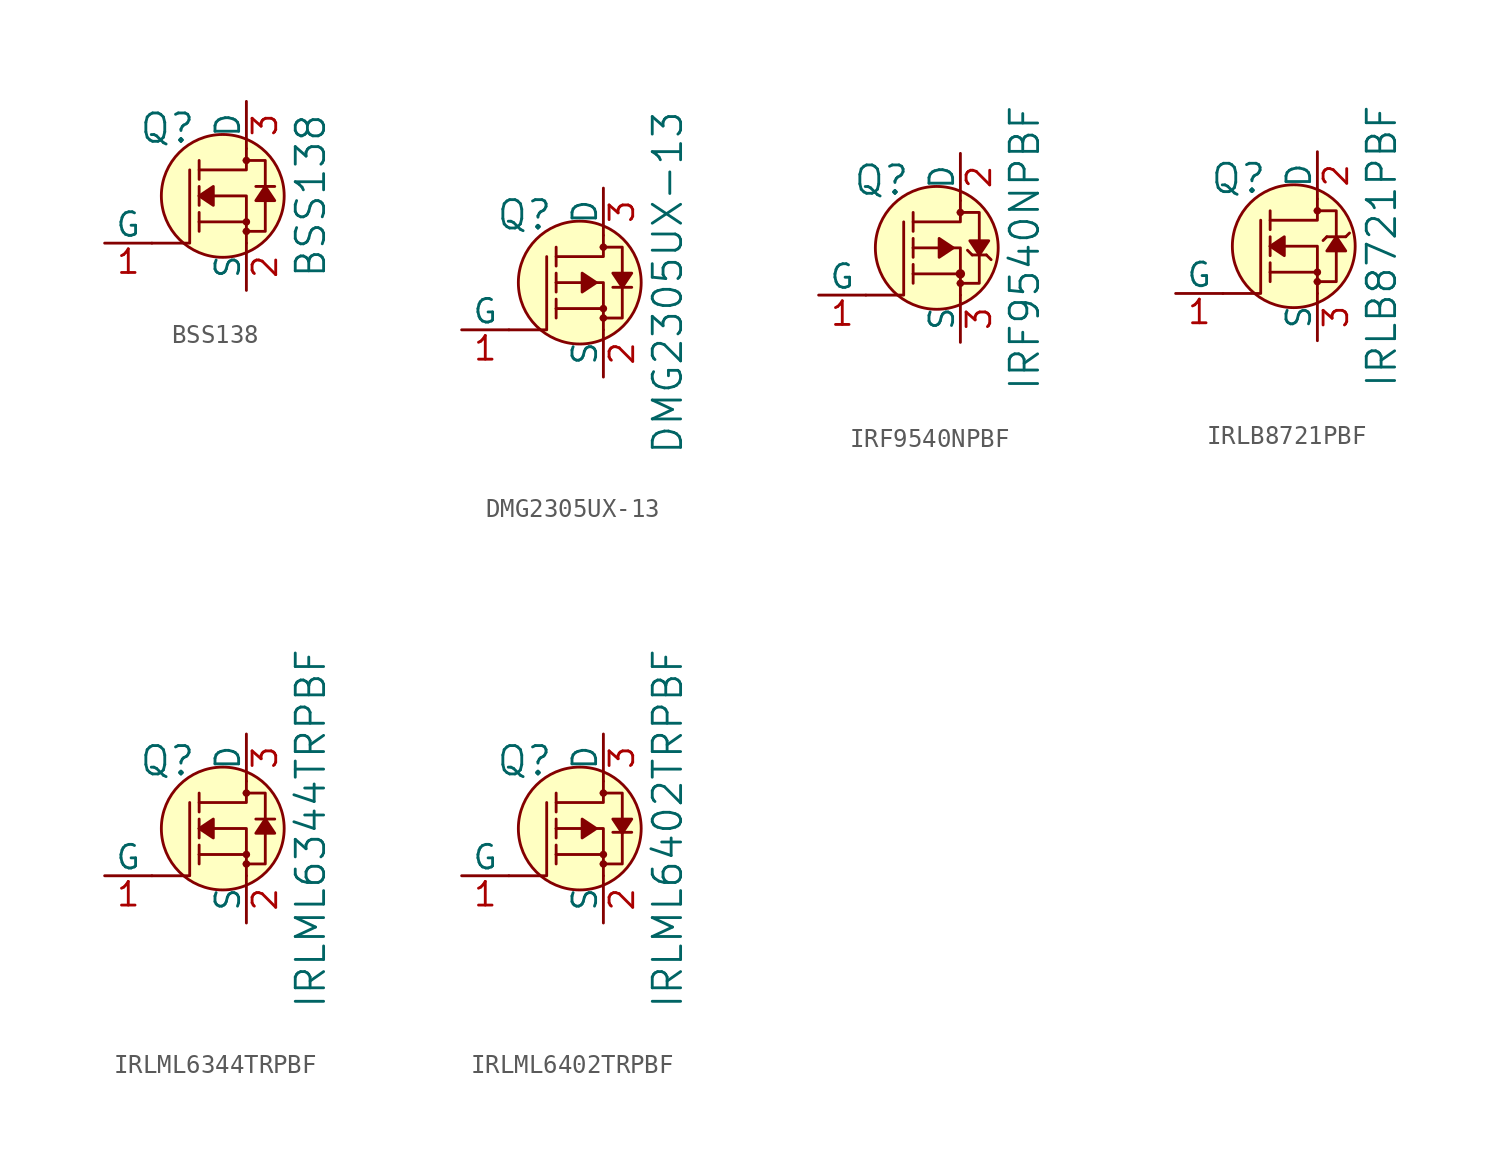
<source format=kicad_sym>
(kicad_symbol_lib
  (version 20220914)
  (generator kicad_symbol_editor)
  (symbol "BSS138"
    (pin_names
      (offset 0))
    (property "Reference" "Q"
      (at -2.692 3.632 0)
      (effects (font (size 1.524 1.524)) (justify right)))
    (property "Value" "BSS138"
      (at 3.454 0 90)
      (effects (font (size 1.524 1.524))))
    (symbol "BSS138_0_1"
      (circle (center -1.27 0) (radius 3.302) (stroke (width 0) (type solid)) (fill (type background)))
      (circle (center 0 -1.905) (radius 0.127) (stroke (width 0) (type solid)) (fill (type none)))
      (circle (center 0 -1.397) (radius 0.127) (stroke (width 0) (type solid)) (fill (type none)))
      (polyline (pts (xy 0 -1.397) (xy -2.54 -1.397)) (stroke (width 0) (type solid)) (fill (type none)))
      (polyline (pts (xy -5.08 -2.54) (xy -3.048 -2.54) (xy -3.048 1.397)) (stroke (width 0) (type solid)) (fill (type none)))
      (polyline (pts (xy 0 -2.54) (xy 0 0) (xy -2.54 0)) (stroke (width 0) (type solid)) (fill (type none)))
      (polyline (pts (xy 0 2.54) (xy 0 1.397) (xy -2.54 1.397)) (stroke (width 0) (type solid)) (fill (type none)))
      (polyline (pts (xy -0.127 -1.905) (xy 1.016 -1.905) (xy 1.016 1.397) (xy 1.016 1.905) (xy -0.127 1.905)) (stroke (width 0) (type solid)) (fill (type none)))
      (circle (center 0 1.905) (radius 0.127) (stroke (width 0) (type solid)) (fill (type none))))
    (symbol "BSS138_1_1"
      (polyline (pts (xy -2.54 -1.397) (xy -2.54 -1.905)) (stroke (width 0) (type solid)) (fill (type none)))
      (polyline (pts (xy -2.54 -1.397) (xy -2.54 -0.889)) (stroke (width 0) (type solid)) (fill (type none)))
      (polyline (pts (xy -2.54 0) (xy -2.54 -0.508)) (stroke (width 0) (type solid)) (fill (type none)))
      (polyline (pts (xy -2.54 0) (xy -2.54 0.508)) (stroke (width 0) (type solid)) (fill (type none)))
      (polyline (pts (xy -2.54 1.905) (xy -2.54 0.889)) (stroke (width 0) (type solid)) (fill (type none)))
      (polyline (pts (xy 1.524 0.508) (xy 0.508 0.508)) (stroke (width 0) (type solid)) (fill (type none)))
      (polyline (pts (xy -2.54 0) (xy -1.778 0.508) (xy -1.778 -0.508) (xy -2.54 0)) (stroke (width 0) (type solid)) (fill (type outline)))
      (polyline (pts (xy 1.016 0.508) (xy 0.508 -0.254) (xy 1.524 -0.254) (xy 1.016 0.508)) (stroke (width 0) (type solid)) (fill (type outline)))
      (pin bidirectional line (at -7.62 -2.54 0) (length 2.54) (name "G" (effects (font (size 1.27 1.27)))) (number "1" (effects (font (size 1.27 1.27)))))
      (pin bidirectional line (at 0 -5.08 90) (length 2.54) (name "S" (effects (font (size 1.27 1.27)))) (number "2" (effects (font (size 1.27 1.27)))))
      (pin bidirectional line (at 0 5.08 270) (length 2.54) (name "D" (effects (font (size 1.27 1.27)))) (number "3" (effects (font (size 1.27 1.27)))))))
  (symbol "DMG2305UX-13"
    (pin_names
      (offset 0))
    (property "Reference" "Q"
      (at -2.692 3.632 0)
      (effects (font (size 1.524 1.524)) (justify right)))
    (property "Value" "DMG2305UX-13"
      (at 3.454 0 90)
      (effects (font (size 1.524 1.524))))
    (symbol "DMG2305UX-13_0_1"
      (circle (center -1.27 0) (radius 3.302) (stroke (width 0) (type solid)) (fill (type background)))
      (circle (center 0 -1.905) (radius 0.127) (stroke (width 0) (type solid)) (fill (type none)))
      (circle (center 0 -1.397) (radius 0.127) (stroke (width 0) (type solid)) (fill (type none)))
      (polyline (pts (xy 0 -1.397) (xy -2.54 -1.397)) (stroke (width 0) (type solid)) (fill (type none)))
      (polyline (pts (xy -5.08 -2.54) (xy -3.048 -2.54) (xy -3.048 1.397)) (stroke (width 0) (type solid)) (fill (type none)))
      (polyline (pts (xy 0 -2.54) (xy 0 0) (xy -2.54 0)) (stroke (width 0) (type solid)) (fill (type none)))
      (polyline (pts (xy 0 2.54) (xy 0 1.397) (xy -2.54 1.397)) (stroke (width 0) (type solid)) (fill (type none)))
      (polyline (pts (xy -0.127 -1.905) (xy 1.016 -1.905) (xy 1.016 1.397) (xy 1.016 1.905) (xy -0.127 1.905)) (stroke (width 0) (type solid)) (fill (type none)))
      (circle (center 0 1.905) (radius 0.127) (stroke (width 0) (type solid)) (fill (type none))))
    (symbol "DMG2305UX-13_1_1"
      (polyline (pts (xy -2.54 -1.397) (xy -2.54 -1.905)) (stroke (width 0) (type solid)) (fill (type none)))
      (polyline (pts (xy -2.54 -1.397) (xy -2.54 -0.889)) (stroke (width 0) (type solid)) (fill (type none)))
      (polyline (pts (xy -2.54 0) (xy -2.54 -0.508)) (stroke (width 0) (type solid)) (fill (type none)))
      (polyline (pts (xy -2.54 0) (xy -2.54 0.508)) (stroke (width 0) (type solid)) (fill (type none)))
      (polyline (pts (xy -2.54 1.905) (xy -2.54 0.889)) (stroke (width 0) (type solid)) (fill (type none)))
      (polyline (pts (xy 1.524 -0.254) (xy 0.508 -0.254)) (stroke (width 0) (type solid)) (fill (type none)))
      (polyline (pts (xy -0.381 0) (xy -1.143 0.508) (xy -1.143 -0.508) (xy -0.381 0)) (stroke (width 0) (type solid)) (fill (type outline)))
      (polyline (pts (xy 1.016 -0.254) (xy 1.524 0.508) (xy 0.508 0.508) (xy 1.016 -0.254)) (stroke (width 0) (type solid)) (fill (type outline)))
      (pin input line (at -7.62 -2.54 0) (length 2.54) (name "G" (effects (font (size 1.27 1.27)))) (number "1" (effects (font (size 1.27 1.27)))))
      (pin power_in line (at 0 -5.08 90) (length 2.54) (name "S" (effects (font (size 1.27 1.27)))) (number "2" (effects (font (size 1.27 1.27)))))
      (pin power_out line (at 0 5.08 270) (length 2.54) (name "D" (effects (font (size 1.27 1.27)))) (number "3" (effects (font (size 1.27 1.27)))))))
  (symbol "IRF9540NPBF"
    (pin_names
      (offset 0))
    (property "Reference" "Q"
      (at -2.692 3.632 0)
      (effects (font (size 1.524 1.524)) (justify right)))
    (property "Value" "IRF9540NPBF"
      (at 3.454 0 90)
      (effects (font (size 1.524 1.524))))
    (symbol "IRF9540NPBF_0_1"
      (circle (center -1.27 0) (radius 3.302) (stroke (width 0) (type solid)) (fill (type background)))
      (circle (center 0 -1.905) (radius 0.127) (stroke (width 0) (type solid)) (fill (type none)))
      (circle (center 0 -1.397) (radius 0.178) (stroke (width 0) (type solid)) (fill (type outline)))
      (polyline (pts (xy 0 -1.397) (xy -2.54 -1.397)) (stroke (width 0) (type solid)) (fill (type none)))
      (polyline (pts (xy 0.635 -0.381) (xy 0.381 -0.127)) (stroke (width 0) (type solid)) (fill (type none)))
      (polyline (pts (xy 1.397 -0.381) (xy 1.651 -0.635)) (stroke (width 0) (type solid)) (fill (type none)))
      (polyline (pts (xy -5.08 -2.54) (xy -3.048 -2.54) (xy -3.048 1.397)) (stroke (width 0) (type solid)) (fill (type none)))
      (polyline (pts (xy 0 -2.54) (xy 0 0) (xy -2.54 0)) (stroke (width 0) (type solid)) (fill (type none)))
      (polyline (pts (xy 0 2.54) (xy 0 1.397) (xy -2.54 1.397)) (stroke (width 0) (type solid)) (fill (type none)))
      (polyline (pts (xy -0.127 -1.905) (xy 1.016 -1.905) (xy 1.016 1.397) (xy 1.016 1.905) (xy -0.127 1.905)) (stroke (width 0) (type solid)) (fill (type none)))
      (circle (center 0 1.905) (radius 0.127) (stroke (width 0) (type solid)) (fill (type none))))
    (symbol "IRF9540NPBF_1_1"
      (polyline (pts (xy -2.54 -1.397) (xy -2.54 -1.905)) (stroke (width 0) (type solid)) (fill (type none)))
      (polyline (pts (xy -2.54 -1.397) (xy -2.54 -0.889)) (stroke (width 0) (type solid)) (fill (type none)))
      (polyline (pts (xy -2.54 0) (xy -2.54 -0.508)) (stroke (width 0) (type solid)) (fill (type none)))
      (polyline (pts (xy -2.54 0) (xy -2.54 0.508)) (stroke (width 0) (type solid)) (fill (type none)))
      (polyline (pts (xy -2.54 1.905) (xy -2.54 0.889)) (stroke (width 0) (type solid)) (fill (type none)))
      (polyline (pts (xy 1.397 -0.381) (xy 0.635 -0.381)) (stroke (width 0) (type solid)) (fill (type none)))
      (polyline (pts (xy -0.381 0) (xy -1.143 0.508) (xy -1.143 -0.508) (xy -0.381 0)) (stroke (width 0) (type solid)) (fill (type outline)))
      (polyline (pts (xy 1.016 -0.381) (xy 1.524 0.381) (xy 0.508 0.381) (xy 1.016 -0.381)) (stroke (width 0) (type solid)) (fill (type outline)))
      (pin bidirectional line (at -7.62 -2.54 0) (length 2.54) (name "G" (effects (font (size 1.27 1.27)))) (number "1" (effects (font (size 1.27 1.27)))))
      (pin bidirectional line (at 0 5.08 270) (length 2.54) (name "D" (effects (font (size 1.27 1.27)))) (number "2" (effects (font (size 1.27 1.27)))))
      (pin bidirectional line (at 0 -5.08 90) (length 2.54) (name "S" (effects (font (size 1.27 1.27)))) (number "3" (effects (font (size 1.27 1.27)))))))
  (symbol "IRLB8721PBF"
    (pin_names
      (offset 0))
    (property "Reference" "Q"
      (at -2.692 3.632 0)
      (effects (font (size 1.524 1.524)) (justify right)))
    (property "Value" "IRLB8721PBF"
      (at 3.454 0 90)
      (effects (font (size 1.524 1.524))))
    (symbol "IRLB8721PBF_0_1"
      (circle (center -1.27 0) (radius 3.302) (stroke (width 0) (type solid)) (fill (type background)))
      (circle (center 0 -1.905) (radius 0.127) (stroke (width 0) (type solid)) (fill (type none)))
      (circle (center 0 -1.397) (radius 0.127) (stroke (width 0) (type solid)) (fill (type none)))
      (polyline (pts (xy 0 -1.397) (xy -2.54 -1.397)) (stroke (width 0) (type solid)) (fill (type none)))
      (polyline (pts (xy 0.508 0.508) (xy 0.305 0.305)) (stroke (width 0) (type solid)) (fill (type none)))
      (polyline (pts (xy 1.524 0.508) (xy 1.727 0.711)) (stroke (width 0) (type solid)) (fill (type none)))
      (polyline (pts (xy -5.08 -2.54) (xy -3.048 -2.54) (xy -3.048 1.397)) (stroke (width 0) (type solid)) (fill (type none)))
      (polyline (pts (xy 0 -2.54) (xy 0 0) (xy -2.54 0)) (stroke (width 0) (type solid)) (fill (type none)))
      (polyline (pts (xy 0 2.54) (xy 0 1.397) (xy -2.54 1.397)) (stroke (width 0) (type solid)) (fill (type none)))
      (polyline (pts (xy -0.127 -1.905) (xy 1.016 -1.905) (xy 1.016 1.397) (xy 1.016 1.905) (xy -0.127 1.905)) (stroke (width 0) (type solid)) (fill (type none)))
      (circle (center 0 1.905) (radius 0.127) (stroke (width 0) (type solid)) (fill (type none))))
    (symbol "IRLB8721PBF_1_1"
      (polyline (pts (xy -2.54 -1.397) (xy -2.54 -1.905)) (stroke (width 0) (type solid)) (fill (type none)))
      (polyline (pts (xy -2.54 -1.397) (xy -2.54 -0.889)) (stroke (width 0) (type solid)) (fill (type none)))
      (polyline (pts (xy -2.54 0) (xy -2.54 -0.508)) (stroke (width 0) (type solid)) (fill (type none)))
      (polyline (pts (xy -2.54 0) (xy -2.54 0.508)) (stroke (width 0) (type solid)) (fill (type none)))
      (polyline (pts (xy -2.54 1.905) (xy -2.54 0.889)) (stroke (width 0) (type solid)) (fill (type none)))
      (polyline (pts (xy 1.524 0.508) (xy 0.508 0.508)) (stroke (width 0) (type solid)) (fill (type none)))
      (polyline (pts (xy -2.54 0) (xy -1.778 0.508) (xy -1.778 -0.508) (xy -2.54 0)) (stroke (width 0) (type solid)) (fill (type outline)))
      (polyline (pts (xy 1.016 0.508) (xy 0.508 -0.254) (xy 1.524 -0.254) (xy 1.016 0.508)) (stroke (width 0) (type solid)) (fill (type outline)))
      (pin bidirectional line (at -7.62 -2.54 0) (length 2.54) (name "G" (effects (font (size 1.27 1.27)))) (number "1" (effects (font (size 1.27 1.27)))))
      (pin bidirectional line (at 0 5.08 270) (length 2.54) (name "D" (effects (font (size 1.27 1.27)))) (number "2" (effects (font (size 1.27 1.27)))))
      (pin bidirectional line (at 0 -5.08 90) (length 2.54) (name "S" (effects (font (size 1.27 1.27)))) (number "3" (effects (font (size 1.27 1.27)))))))
  (symbol "IRLML6344TRPBF"
    (pin_names
      (offset 0))
    (property "Reference" "Q"
      (at -2.692 3.632 0)
      (effects (font (size 1.524 1.524)) (justify right)))
    (property "Value" "IRLML6344TRPBF"
      (at 3.454 0 90)
      (effects (font (size 1.524 1.524))))
    (symbol "IRLML6344TRPBF_0_1"
      (circle (center -1.27 0) (radius 3.302) (stroke (width 0) (type solid)) (fill (type background)))
      (circle (center 0 -1.905) (radius 0.127) (stroke (width 0) (type solid)) (fill (type none)))
      (circle (center 0 -1.397) (radius 0.127) (stroke (width 0) (type solid)) (fill (type none)))
      (polyline (pts (xy 0 -1.397) (xy -2.54 -1.397)) (stroke (width 0) (type solid)) (fill (type none)))
      (polyline (pts (xy -5.08 -2.54) (xy -3.048 -2.54) (xy -3.048 1.397)) (stroke (width 0) (type solid)) (fill (type none)))
      (polyline (pts (xy 0 -2.54) (xy 0 0) (xy -2.54 0)) (stroke (width 0) (type solid)) (fill (type none)))
      (polyline (pts (xy 0 2.54) (xy 0 1.397) (xy -2.54 1.397)) (stroke (width 0) (type solid)) (fill (type none)))
      (polyline (pts (xy -0.127 -1.905) (xy 1.016 -1.905) (xy 1.016 1.397) (xy 1.016 1.905) (xy -0.127 1.905)) (stroke (width 0) (type solid)) (fill (type none)))
      (circle (center 0 1.905) (radius 0.127) (stroke (width 0) (type solid)) (fill (type none))))
    (symbol "IRLML6344TRPBF_1_1"
      (polyline (pts (xy -2.54 -1.397) (xy -2.54 -1.905)) (stroke (width 0) (type solid)) (fill (type none)))
      (polyline (pts (xy -2.54 -1.397) (xy -2.54 -0.889)) (stroke (width 0) (type solid)) (fill (type none)))
      (polyline (pts (xy -2.54 0) (xy -2.54 -0.508)) (stroke (width 0) (type solid)) (fill (type none)))
      (polyline (pts (xy -2.54 0) (xy -2.54 0.508)) (stroke (width 0) (type solid)) (fill (type none)))
      (polyline (pts (xy -2.54 1.905) (xy -2.54 0.889)) (stroke (width 0) (type solid)) (fill (type none)))
      (polyline (pts (xy 1.524 0.508) (xy 0.508 0.508)) (stroke (width 0) (type solid)) (fill (type none)))
      (polyline (pts (xy -2.54 0) (xy -1.778 0.508) (xy -1.778 -0.508) (xy -2.54 0)) (stroke (width 0) (type solid)) (fill (type outline)))
      (polyline (pts (xy 1.016 0.508) (xy 0.508 -0.254) (xy 1.524 -0.254) (xy 1.016 0.508)) (stroke (width 0) (type solid)) (fill (type outline)))
      (pin bidirectional line (at -7.62 -2.54 0) (length 2.54) (name "G" (effects (font (size 1.27 1.27)))) (number "1" (effects (font (size 1.27 1.27)))))
      (pin bidirectional line (at 0 -5.08 90) (length 2.54) (name "S" (effects (font (size 1.27 1.27)))) (number "2" (effects (font (size 1.27 1.27)))))
      (pin bidirectional line (at 0 5.08 270) (length 2.54) (name "D" (effects (font (size 1.27 1.27)))) (number "3" (effects (font (size 1.27 1.27)))))))
  (symbol "IRLML6402TRPBF"
    (pin_names
      (offset 0))
    (property "Reference" "Q"
      (at -2.692 3.632 0)
      (effects (font (size 1.524 1.524)) (justify right)))
    (property "Value" "IRLML6402TRPBF"
      (at 3.454 0 90)
      (effects (font (size 1.524 1.524))))
    (symbol "IRLML6402TRPBF_0_1"
      (circle (center -1.27 0) (radius 3.302) (stroke (width 0) (type solid)) (fill (type background)))
      (circle (center 0 -1.905) (radius 0.127) (stroke (width 0) (type solid)) (fill (type none)))
      (circle (center 0 -1.397) (radius 0.127) (stroke (width 0) (type solid)) (fill (type none)))
      (polyline (pts (xy 0 -1.397) (xy -2.54 -1.397)) (stroke (width 0) (type solid)) (fill (type none)))
      (polyline (pts (xy -5.08 -2.54) (xy -3.048 -2.54) (xy -3.048 1.397)) (stroke (width 0) (type solid)) (fill (type none)))
      (polyline (pts (xy 0 -2.54) (xy 0 0) (xy -2.54 0)) (stroke (width 0) (type solid)) (fill (type none)))
      (polyline (pts (xy 0 2.54) (xy 0 1.397) (xy -2.54 1.397)) (stroke (width 0) (type solid)) (fill (type none)))
      (polyline (pts (xy -0.127 -1.905) (xy 1.016 -1.905) (xy 1.016 1.397) (xy 1.016 1.905) (xy -0.127 1.905)) (stroke (width 0) (type solid)) (fill (type none)))
      (circle (center 0 1.905) (radius 0.127) (stroke (width 0) (type solid)) (fill (type none))))
    (symbol "IRLML6402TRPBF_1_1"
      (polyline (pts (xy -2.54 -1.397) (xy -2.54 -1.905)) (stroke (width 0) (type solid)) (fill (type none)))
      (polyline (pts (xy -2.54 -1.397) (xy -2.54 -0.889)) (stroke (width 0) (type solid)) (fill (type none)))
      (polyline (pts (xy -2.54 0) (xy -2.54 -0.508)) (stroke (width 0) (type solid)) (fill (type none)))
      (polyline (pts (xy -2.54 0) (xy -2.54 0.508)) (stroke (width 0) (type solid)) (fill (type none)))
      (polyline (pts (xy -2.54 1.905) (xy -2.54 0.889)) (stroke (width 0) (type solid)) (fill (type none)))
      (polyline (pts (xy 1.524 -0.203) (xy 0.508 -0.203)) (stroke (width 0) (type solid)) (fill (type none)))
      (polyline (pts (xy -0.381 0) (xy -1.143 0.508) (xy -1.143 -0.508) (xy -0.381 0)) (stroke (width 0) (type solid)) (fill (type outline)))
      (polyline (pts (xy 1.016 -0.254) (xy 1.524 0.508) (xy 0.508 0.508) (xy 1.016 -0.254)) (stroke (width 0) (type solid)) (fill (type outline)))
      (pin bidirectional line (at -7.62 -2.54 0) (length 2.54) (name "G" (effects (font (size 1.27 1.27)))) (number "1" (effects (font (size 1.27 1.27)))))
      (pin bidirectional line (at 0 -5.08 90) (length 2.54) (name "S" (effects (font (size 1.27 1.27)))) (number "2" (effects (font (size 1.27 1.27)))))
      (pin bidirectional line (at 0 5.08 270) (length 2.54) (name "D" (effects (font (size 1.27 1.27)))) (number "3" (effects (font (size 1.27 1.27))))))))
</source>
